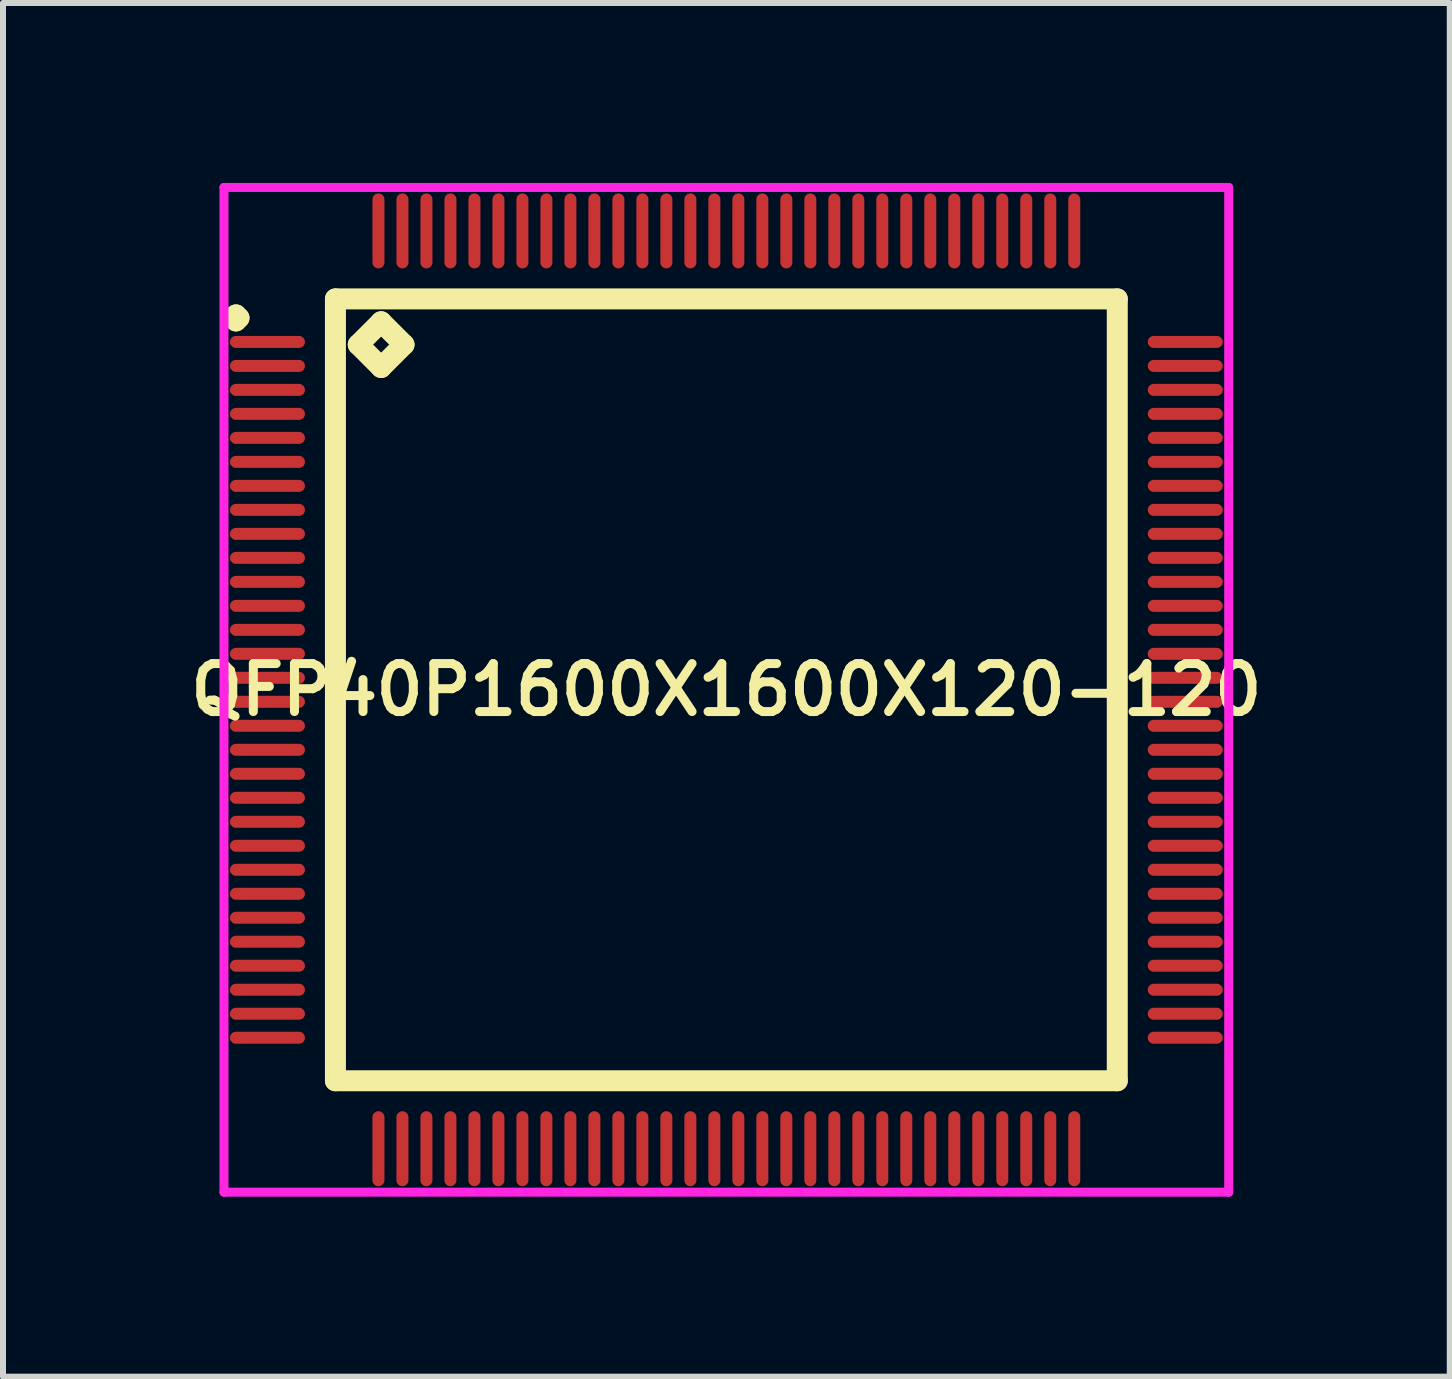
<source format=kicad_pcb>
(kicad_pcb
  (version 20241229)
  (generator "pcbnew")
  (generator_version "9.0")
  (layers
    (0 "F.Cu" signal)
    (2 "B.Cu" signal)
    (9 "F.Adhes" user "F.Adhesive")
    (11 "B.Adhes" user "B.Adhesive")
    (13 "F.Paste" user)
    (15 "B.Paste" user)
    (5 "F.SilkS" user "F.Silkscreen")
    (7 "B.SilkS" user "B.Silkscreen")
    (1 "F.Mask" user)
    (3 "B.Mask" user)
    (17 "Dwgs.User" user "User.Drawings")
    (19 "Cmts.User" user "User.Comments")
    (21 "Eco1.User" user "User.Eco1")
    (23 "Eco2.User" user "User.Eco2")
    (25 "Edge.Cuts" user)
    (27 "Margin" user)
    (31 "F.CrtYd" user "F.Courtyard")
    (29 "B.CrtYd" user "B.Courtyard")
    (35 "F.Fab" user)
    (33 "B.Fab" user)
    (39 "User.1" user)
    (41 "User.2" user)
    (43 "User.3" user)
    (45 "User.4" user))
  (footprint "QFP40P1600X1600X120-120"
    (layer "F.Cu")
    (at 9.059 8.45)
    (property "Reference" "QFP40P1600X1600X120-120" (at 0 0 0) (layer "F.SilkS") (effects (font (size 0.8 0.8) (thickness 0.15))))
    (attr smd)
    (fp_line (start -8.225 -6.2) (end -8.175 -6.25) (stroke (width 0.35) (type solid)) (layer "F.SilkS"))
    (fp_line (start -8.175 -6.25) (end -8.125 -6.2) (stroke (width 0.35) (type solid)) (layer "F.SilkS"))
    (fp_line (start -8.175 -6.15) (end -8.225 -6.2) (stroke (width 0.35) (type solid)) (layer "F.SilkS"))
    (fp_line (start -8.125 -6.2) (end -8.175 -6.15) (stroke (width 0.35) (type solid)) (layer "F.SilkS"))
    (fp_line (start -6.517 -6.517) (end -6.517 6.517) (stroke (width 0.35) (type solid)) (layer "F.SilkS"))
    (fp_line (start -6.517 6.517) (end 6.517 6.517) (stroke (width 0.35) (type solid)) (layer "F.SilkS"))
    (fp_line (start -6.136 -5.755) (end -5.755 -6.136) (stroke (width 0.35) (type solid)) (layer "F.SilkS"))
    (fp_line (start -5.755 -6.136) (end -5.374 -5.755) (stroke (width 0.35) (type solid)) (layer "F.SilkS"))
    (fp_line (start -5.755 -5.374) (end -6.136 -5.755) (stroke (width 0.35) (type solid)) (layer "F.SilkS"))
    (fp_line (start -5.374 -5.755) (end -5.755 -5.374) (stroke (width 0.35) (type solid)) (layer "F.SilkS"))
    (fp_line (start 6.517 -6.517) (end -6.517 -6.517) (stroke (width 0.35) (type solid)) (layer "F.SilkS"))
    (fp_line (start 6.517 6.517) (end 6.517 -6.517) (stroke (width 0.35) (type solid)) (layer "F.SilkS"))
    (fp_line (start -8.375 -8.375) (end 8.375 -8.375) (stroke (width 0.15) (type solid)) (layer "F.CrtYd"))
    (fp_line (start -8.375 8.375) (end -8.375 -8.375) (stroke (width 0.15) (type solid)) (layer "F.CrtYd"))
    (fp_line (start 8.375 -8.375) (end 8.375 8.375) (stroke (width 0.15) (type solid)) (layer "F.CrtYd"))
    (fp_line (start 8.375 8.375) (end -8.375 8.375) (stroke (width 0.15) (type solid)) (layer "F.CrtYd"))
    (pad "1" smd oval (at -7.65 -5.8) (size 1.25 0.2) (layers "F.Cu" "F.Mask" "F.Paste"))
    (pad "2" smd oval (at -7.65 -5.4) (size 1.25 0.2) (layers "F.Cu" "F.Mask" "F.Paste"))
    (pad "3" smd oval (at -7.65 -5) (size 1.25 0.2) (layers "F.Cu" "F.Mask" "F.Paste"))
    (pad "4" smd oval (at -7.65 -4.6) (size 1.25 0.2) (layers "F.Cu" "F.Mask" "F.Paste"))
    (pad "5" smd oval (at -7.65 -4.2) (size 1.25 0.2) (layers "F.Cu" "F.Mask" "F.Paste"))
    (pad "6" smd oval (at -7.65 -3.8) (size 1.25 0.2) (layers "F.Cu" "F.Mask" "F.Paste"))
    (pad "7" smd oval (at -7.65 -3.4) (size 1.25 0.2) (layers "F.Cu" "F.Mask" "F.Paste"))
    (pad "8" smd oval (at -7.65 -3) (size 1.25 0.2) (layers "F.Cu" "F.Mask" "F.Paste"))
    (pad "9" smd oval (at -7.65 -2.6) (size 1.25 0.2) (layers "F.Cu" "F.Mask" "F.Paste"))
    (pad "10" smd oval (at -7.65 -2.2) (size 1.25 0.2) (layers "F.Cu" "F.Mask" "F.Paste"))
    (pad "11" smd oval (at -7.65 -1.8) (size 1.25 0.2) (layers "F.Cu" "F.Mask" "F.Paste"))
    (pad "12" smd oval (at -7.65 -1.4) (size 1.25 0.2) (layers "F.Cu" "F.Mask" "F.Paste"))
    (pad "13" smd oval (at -7.65 -1) (size 1.25 0.2) (layers "F.Cu" "F.Mask" "F.Paste"))
    (pad "14" smd oval (at -7.65 -0.6) (size 1.25 0.2) (layers "F.Cu" "F.Mask" "F.Paste"))
    (pad "15" smd oval (at -7.65 -0.2) (size 1.25 0.2) (layers "F.Cu" "F.Mask" "F.Paste"))
    (pad "16" smd oval (at -7.65 0.2) (size 1.25 0.2) (layers "F.Cu" "F.Mask" "F.Paste"))
    (pad "17" smd oval (at -7.65 0.6) (size 1.25 0.2) (layers "F.Cu" "F.Mask" "F.Paste"))
    (pad "18" smd oval (at -7.65 1) (size 1.25 0.2) (layers "F.Cu" "F.Mask" "F.Paste"))
    (pad "19" smd oval (at -7.65 1.4) (size 1.25 0.2) (layers "F.Cu" "F.Mask" "F.Paste"))
    (pad "20" smd oval (at -7.65 1.8) (size 1.25 0.2) (layers "F.Cu" "F.Mask" "F.Paste"))
    (pad "21" smd oval (at -7.65 2.2) (size 1.25 0.2) (layers "F.Cu" "F.Mask" "F.Paste"))
    (pad "22" smd oval (at -7.65 2.6) (size 1.25 0.2) (layers "F.Cu" "F.Mask" "F.Paste"))
    (pad "23" smd oval (at -7.65 3) (size 1.25 0.2) (layers "F.Cu" "F.Mask" "F.Paste"))
    (pad "24" smd oval (at -7.65 3.4) (size 1.25 0.2) (layers "F.Cu" "F.Mask" "F.Paste"))
    (pad "25" smd oval (at -7.65 3.8) (size 1.25 0.2) (layers "F.Cu" "F.Mask" "F.Paste"))
    (pad "26" smd oval (at -7.65 4.2) (size 1.25 0.2) (layers "F.Cu" "F.Mask" "F.Paste"))
    (pad "27" smd oval (at -7.65 4.6) (size 1.25 0.2) (layers "F.Cu" "F.Mask" "F.Paste"))
    (pad "28" smd oval (at -7.65 5) (size 1.25 0.2) (layers "F.Cu" "F.Mask" "F.Paste"))
    (pad "29" smd oval (at -7.65 5.4) (size 1.25 0.2) (layers "F.Cu" "F.Mask" "F.Paste"))
    (pad "30" smd oval (at -7.65 5.8) (size 1.25 0.2) (layers "F.Cu" "F.Mask" "F.Paste"))
    (pad "31" smd oval (at -5.8 7.65) (size 0.2 1.25) (layers "F.Cu" "F.Mask" "F.Paste"))
    (pad "32" smd oval (at -5.4 7.65) (size 0.2 1.25) (layers "F.Cu" "F.Mask" "F.Paste"))
    (pad "33" smd oval (at -5 7.65) (size 0.2 1.25) (layers "F.Cu" "F.Mask" "F.Paste"))
    (pad "34" smd oval (at -4.6 7.65) (size 0.2 1.25) (layers "F.Cu" "F.Mask" "F.Paste"))
    (pad "35" smd oval (at -4.2 7.65) (size 0.2 1.25) (layers "F.Cu" "F.Mask" "F.Paste"))
    (pad "36" smd oval (at -3.8 7.65) (size 0.2 1.25) (layers "F.Cu" "F.Mask" "F.Paste"))
    (pad "37" smd oval (at -3.4 7.65) (size 0.2 1.25) (layers "F.Cu" "F.Mask" "F.Paste"))
    (pad "38" smd oval (at -3 7.65) (size 0.2 1.25) (layers "F.Cu" "F.Mask" "F.Paste"))
    (pad "39" smd oval (at -2.6 7.65) (size 0.2 1.25) (layers "F.Cu" "F.Mask" "F.Paste"))
    (pad "40" smd oval (at -2.2 7.65) (size 0.2 1.25) (layers "F.Cu" "F.Mask" "F.Paste"))
    (pad "41" smd oval (at -1.8 7.65) (size 0.2 1.25) (layers "F.Cu" "F.Mask" "F.Paste"))
    (pad "42" smd oval (at -1.4 7.65) (size 0.2 1.25) (layers "F.Cu" "F.Mask" "F.Paste"))
    (pad "43" smd oval (at -1 7.65) (size 0.2 1.25) (layers "F.Cu" "F.Mask" "F.Paste"))
    (pad "44" smd oval (at -0.6 7.65) (size 0.2 1.25) (layers "F.Cu" "F.Mask" "F.Paste"))
    (pad "45" smd oval (at -0.2 7.65) (size 0.2 1.25) (layers "F.Cu" "F.Mask" "F.Paste"))
    (pad "46" smd oval (at 0.2 7.65) (size 0.2 1.25) (layers "F.Cu" "F.Mask" "F.Paste"))
    (pad "47" smd oval (at 0.6 7.65) (size 0.2 1.25) (layers "F.Cu" "F.Mask" "F.Paste"))
    (pad "48" smd oval (at 1 7.65) (size 0.2 1.25) (layers "F.Cu" "F.Mask" "F.Paste"))
    (pad "49" smd oval (at 1.4 7.65) (size 0.2 1.25) (layers "F.Cu" "F.Mask" "F.Paste"))
    (pad "50" smd oval (at 1.8 7.65) (size 0.2 1.25) (layers "F.Cu" "F.Mask" "F.Paste"))
    (pad "51" smd oval (at 2.2 7.65) (size 0.2 1.25) (layers "F.Cu" "F.Mask" "F.Paste"))
    (pad "52" smd oval (at 2.6 7.65) (size 0.2 1.25) (layers "F.Cu" "F.Mask" "F.Paste"))
    (pad "53" smd oval (at 3 7.65) (size 0.2 1.25) (layers "F.Cu" "F.Mask" "F.Paste"))
    (pad "54" smd oval (at 3.4 7.65) (size 0.2 1.25) (layers "F.Cu" "F.Mask" "F.Paste"))
    (pad "55" smd oval (at 3.8 7.65) (size 0.2 1.25) (layers "F.Cu" "F.Mask" "F.Paste"))
    (pad "56" smd oval (at 4.2 7.65) (size 0.2 1.25) (layers "F.Cu" "F.Mask" "F.Paste"))
    (pad "57" smd oval (at 4.6 7.65) (size 0.2 1.25) (layers "F.Cu" "F.Mask" "F.Paste"))
    (pad "58" smd oval (at 5 7.65) (size 0.2 1.25) (layers "F.Cu" "F.Mask" "F.Paste"))
    (pad "59" smd oval (at 5.4 7.65) (size 0.2 1.25) (layers "F.Cu" "F.Mask" "F.Paste"))
    (pad "60" smd oval (at 5.8 7.65) (size 0.2 1.25) (layers "F.Cu" "F.Mask" "F.Paste"))
    (pad "61" smd oval (at 7.65 5.8) (size 1.25 0.2) (layers "F.Cu" "F.Mask" "F.Paste"))
    (pad "62" smd oval (at 7.65 5.4) (size 1.25 0.2) (layers "F.Cu" "F.Mask" "F.Paste"))
    (pad "63" smd oval (at 7.65 5) (size 1.25 0.2) (layers "F.Cu" "F.Mask" "F.Paste"))
    (pad "64" smd oval (at 7.65 4.6) (size 1.25 0.2) (layers "F.Cu" "F.Mask" "F.Paste"))
    (pad "65" smd oval (at 7.65 4.2) (size 1.25 0.2) (layers "F.Cu" "F.Mask" "F.Paste"))
    (pad "66" smd oval (at 7.65 3.8) (size 1.25 0.2) (layers "F.Cu" "F.Mask" "F.Paste"))
    (pad "67" smd oval (at 7.65 3.4) (size 1.25 0.2) (layers "F.Cu" "F.Mask" "F.Paste"))
    (pad "68" smd oval (at 7.65 3) (size 1.25 0.2) (layers "F.Cu" "F.Mask" "F.Paste"))
    (pad "69" smd oval (at 7.65 2.6) (size 1.25 0.2) (layers "F.Cu" "F.Mask" "F.Paste"))
    (pad "70" smd oval (at 7.65 2.2) (size 1.25 0.2) (layers "F.Cu" "F.Mask" "F.Paste"))
    (pad "71" smd oval (at 7.65 1.8) (size 1.25 0.2) (layers "F.Cu" "F.Mask" "F.Paste"))
    (pad "72" smd oval (at 7.65 1.4) (size 1.25 0.2) (layers "F.Cu" "F.Mask" "F.Paste"))
    (pad "73" smd oval (at 7.65 1) (size 1.25 0.2) (layers "F.Cu" "F.Mask" "F.Paste"))
    (pad "74" smd oval (at 7.65 0.6) (size 1.25 0.2) (layers "F.Cu" "F.Mask" "F.Paste"))
    (pad "75" smd oval (at 7.65 0.2) (size 1.25 0.2) (layers "F.Cu" "F.Mask" "F.Paste"))
    (pad "76" smd oval (at 7.65 -0.2) (size 1.25 0.2) (layers "F.Cu" "F.Mask" "F.Paste"))
    (pad "77" smd oval (at 7.65 -0.6) (size 1.25 0.2) (layers "F.Cu" "F.Mask" "F.Paste"))
    (pad "78" smd oval (at 7.65 -1) (size 1.25 0.2) (layers "F.Cu" "F.Mask" "F.Paste"))
    (pad "79" smd oval (at 7.65 -1.4) (size 1.25 0.2) (layers "F.Cu" "F.Mask" "F.Paste"))
    (pad "80" smd oval (at 7.65 -1.8) (size 1.25 0.2) (layers "F.Cu" "F.Mask" "F.Paste"))
    (pad "81" smd oval (at 7.65 -2.2) (size 1.25 0.2) (layers "F.Cu" "F.Mask" "F.Paste"))
    (pad "82" smd oval (at 7.65 -2.6) (size 1.25 0.2) (layers "F.Cu" "F.Mask" "F.Paste"))
    (pad "83" smd oval (at 7.65 -3) (size 1.25 0.2) (layers "F.Cu" "F.Mask" "F.Paste"))
    (pad "84" smd oval (at 7.65 -3.4) (size 1.25 0.2) (layers "F.Cu" "F.Mask" "F.Paste"))
    (pad "85" smd oval (at 7.65 -3.8) (size 1.25 0.2) (layers "F.Cu" "F.Mask" "F.Paste"))
    (pad "86" smd oval (at 7.65 -4.2) (size 1.25 0.2) (layers "F.Cu" "F.Mask" "F.Paste"))
    (pad "87" smd oval (at 7.65 -4.6) (size 1.25 0.2) (layers "F.Cu" "F.Mask" "F.Paste"))
    (pad "88" smd oval (at 7.65 -5) (size 1.25 0.2) (layers "F.Cu" "F.Mask" "F.Paste"))
    (pad "89" smd oval (at 7.65 -5.4) (size 1.25 0.2) (layers "F.Cu" "F.Mask" "F.Paste"))
    (pad "90" smd oval (at 7.65 -5.8) (size 1.25 0.2) (layers "F.Cu" "F.Mask" "F.Paste"))
    (pad "91" smd oval (at 5.8 -7.65) (size 0.2 1.25) (layers "F.Cu" "F.Mask" "F.Paste"))
    (pad "92" smd oval (at 5.4 -7.65) (size 0.2 1.25) (layers "F.Cu" "F.Mask" "F.Paste"))
    (pad "93" smd oval (at 5 -7.65) (size 0.2 1.25) (layers "F.Cu" "F.Mask" "F.Paste"))
    (pad "94" smd oval (at 4.6 -7.65) (size 0.2 1.25) (layers "F.Cu" "F.Mask" "F.Paste"))
    (pad "95" smd oval (at 4.2 -7.65) (size 0.2 1.25) (layers "F.Cu" "F.Mask" "F.Paste"))
    (pad "96" smd oval (at 3.8 -7.65) (size 0.2 1.25) (layers "F.Cu" "F.Mask" "F.Paste"))
    (pad "97" smd oval (at 3.4 -7.65) (size 0.2 1.25) (layers "F.Cu" "F.Mask" "F.Paste"))
    (pad "98" smd oval (at 3 -7.65) (size 0.2 1.25) (layers "F.Cu" "F.Mask" "F.Paste"))
    (pad "99" smd oval (at 2.6 -7.65) (size 0.2 1.25) (layers "F.Cu" "F.Mask" "F.Paste"))
    (pad "100" smd oval (at 2.2 -7.65) (size 0.2 1.25) (layers "F.Cu" "F.Mask" "F.Paste"))
    (pad "101" smd oval (at 1.8 -7.65) (size 0.2 1.25) (layers "F.Cu" "F.Mask" "F.Paste"))
    (pad "102" smd oval (at 1.4 -7.65) (size 0.2 1.25) (layers "F.Cu" "F.Mask" "F.Paste"))
    (pad "103" smd oval (at 1 -7.65) (size 0.2 1.25) (layers "F.Cu" "F.Mask" "F.Paste"))
    (pad "104" smd oval (at 0.6 -7.65) (size 0.2 1.25) (layers "F.Cu" "F.Mask" "F.Paste"))
    (pad "105" smd oval (at 0.2 -7.65) (size 0.2 1.25) (layers "F.Cu" "F.Mask" "F.Paste"))
    (pad "106" smd oval (at -0.2 -7.65) (size 0.2 1.25) (layers "F.Cu" "F.Mask" "F.Paste"))
    (pad "107" smd oval (at -0.6 -7.65) (size 0.2 1.25) (layers "F.Cu" "F.Mask" "F.Paste"))
    (pad "108" smd oval (at -1 -7.65) (size 0.2 1.25) (layers "F.Cu" "F.Mask" "F.Paste"))
    (pad "109" smd oval (at -1.4 -7.65) (size 0.2 1.25) (layers "F.Cu" "F.Mask" "F.Paste"))
    (pad "110" smd oval (at -1.8 -7.65) (size 0.2 1.25) (layers "F.Cu" "F.Mask" "F.Paste"))
    (pad "111" smd oval (at -2.2 -7.65) (size 0.2 1.25) (layers "F.Cu" "F.Mask" "F.Paste"))
    (pad "112" smd oval (at -2.6 -7.65) (size 0.2 1.25) (layers "F.Cu" "F.Mask" "F.Paste"))
    (pad "113" smd oval (at -3 -7.65) (size 0.2 1.25) (layers "F.Cu" "F.Mask" "F.Paste"))
    (pad "114" smd oval (at -3.4 -7.65) (size 0.2 1.25) (layers "F.Cu" "F.Mask" "F.Paste"))
    (pad "115" smd oval (at -3.8 -7.65) (size 0.2 1.25) (layers "F.Cu" "F.Mask" "F.Paste"))
    (pad "116" smd oval (at -4.2 -7.65) (size 0.2 1.25) (layers "F.Cu" "F.Mask" "F.Paste"))
    (pad "117" smd oval (at -4.6 -7.65) (size 0.2 1.25) (layers "F.Cu" "F.Mask" "F.Paste"))
    (pad "118" smd oval (at -5 -7.65) (size 0.2 1.25) (layers "F.Cu" "F.Mask" "F.Paste"))
    (pad "119" smd oval (at -5.4 -7.65) (size 0.2 1.25) (layers "F.Cu" "F.Mask" "F.Paste"))
    (pad "120" smd oval (at -5.8 -7.65) (size 0.2 1.25) (layers "F.Cu" "F.Mask" "F.Paste")))
  (gr_rect
    (start -3 -3)
    (end 21.119 19.9)
    (stroke (width 0.1) (type default))
    (fill no)
    (layer "Edge.Cuts")))
</source>
